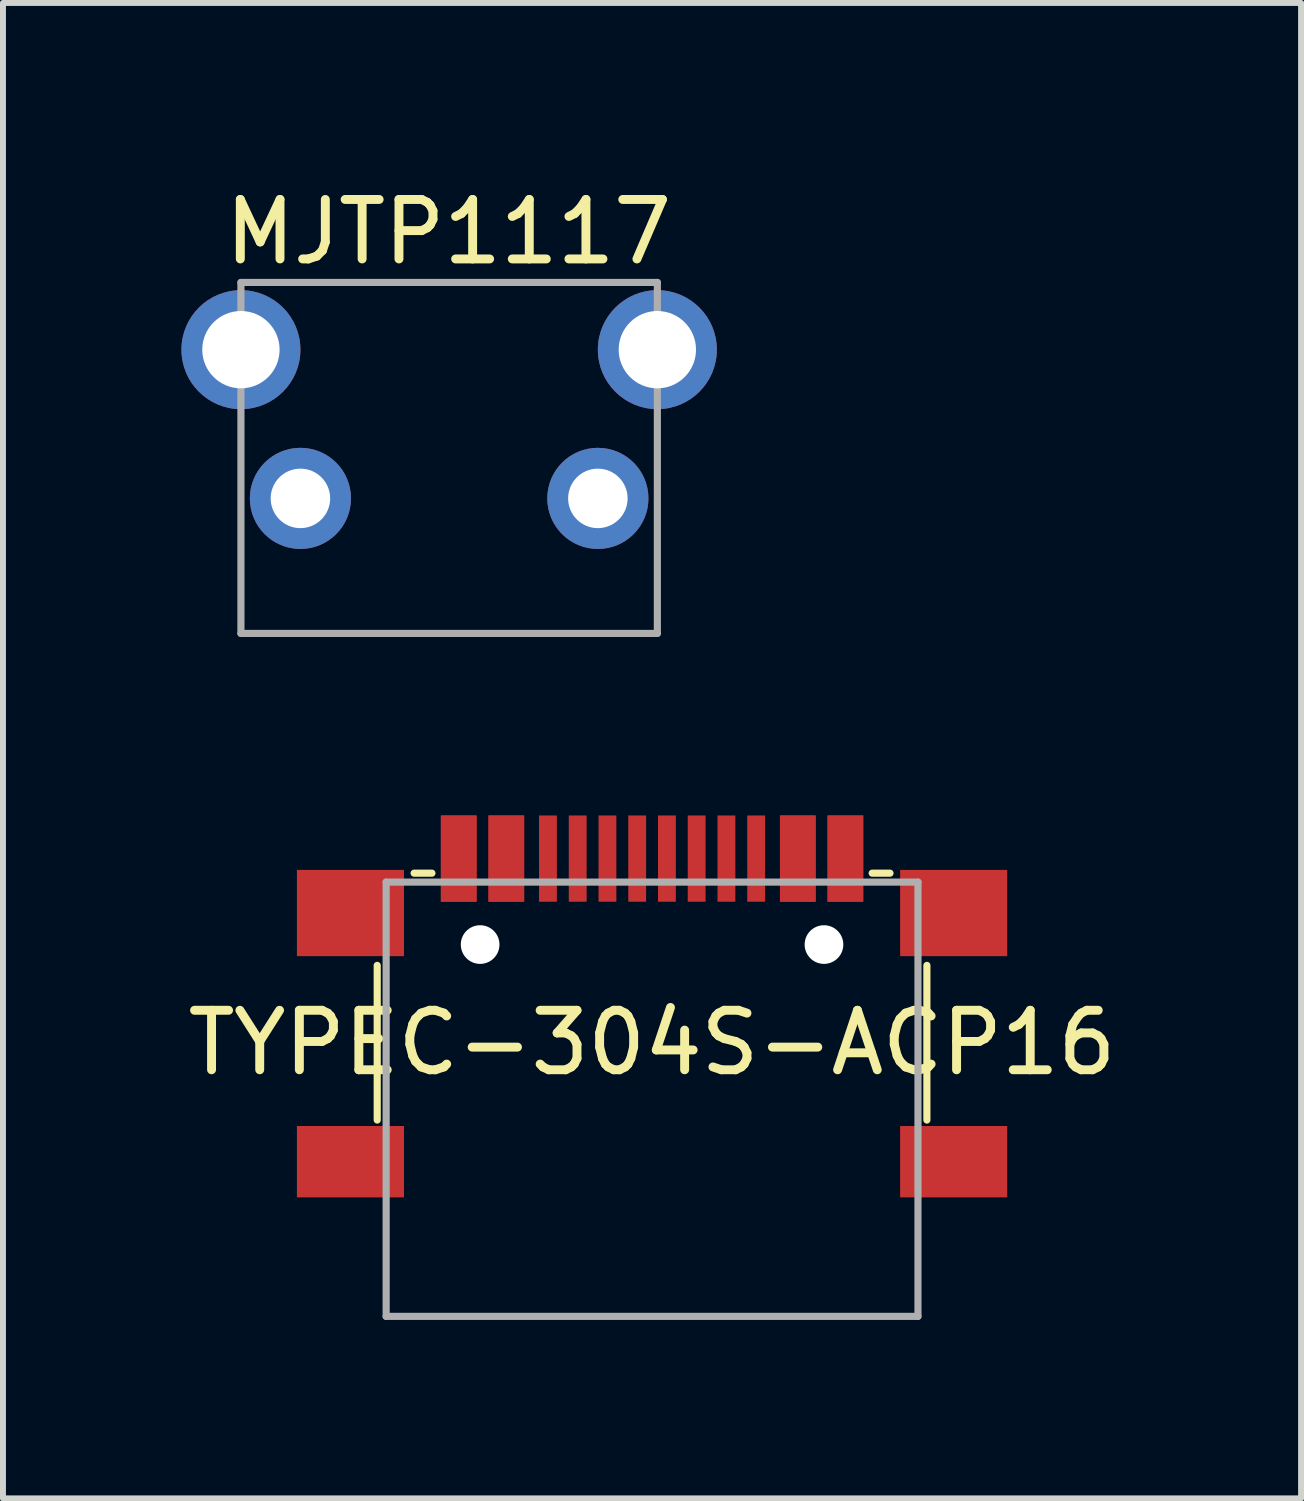
<source format=kicad_pcb>
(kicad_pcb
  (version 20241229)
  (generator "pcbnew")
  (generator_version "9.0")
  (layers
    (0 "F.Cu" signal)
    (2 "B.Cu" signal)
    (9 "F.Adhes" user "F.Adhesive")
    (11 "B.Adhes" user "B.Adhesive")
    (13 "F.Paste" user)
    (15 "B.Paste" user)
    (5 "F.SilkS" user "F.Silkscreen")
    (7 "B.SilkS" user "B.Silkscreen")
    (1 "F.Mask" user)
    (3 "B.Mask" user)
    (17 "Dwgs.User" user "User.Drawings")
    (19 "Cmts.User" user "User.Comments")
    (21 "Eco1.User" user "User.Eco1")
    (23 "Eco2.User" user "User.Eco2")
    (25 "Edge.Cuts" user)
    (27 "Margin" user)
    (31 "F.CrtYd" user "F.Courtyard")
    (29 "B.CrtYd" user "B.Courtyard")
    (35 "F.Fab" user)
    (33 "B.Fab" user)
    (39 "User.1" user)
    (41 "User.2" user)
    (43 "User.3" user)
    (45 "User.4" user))
  (footprint "MJTP1117"
    (layer "F.Cu")
    (at 4.5 4.328)
    (property "Reference" "MJTP1117" (at -0.01 -3.48 0) (layer "F.SilkS") (effects (font (size 1 1) (thickness 0.15))))
    (attr through_hole)
    (fp_line (start -3.5 -2.63) (end -3.5 3.27) (stroke (width 0.12) (type solid)) (layer "F.Fab"))
    (fp_line (start -3.5 3.27) (end 3.5 3.27) (stroke (width 0.12) (type solid)) (layer "F.Fab"))
    (fp_line (start 3.5 -2.63) (end -3.5 -2.63) (stroke (width 0.12) (type solid)) (layer "F.Fab"))
    (fp_line (start 3.5 3.27) (end 3.5 -2.63) (stroke (width 0.12) (type solid)) (layer "F.Fab"))
    (pad "" thru_hole circle (at -3.5 -1.5) (size 2 2) (drill 1.3) (layers "*.Cu" "*.Mask"))
    (pad "" thru_hole circle (at 3.5 -1.5) (size 2 2) (drill 1.3) (layers "*.Cu" "*.Mask"))
    (pad "1" thru_hole circle (at -2.5 1) (size 1.7 1.7) (drill 1) (layers "*.Cu" "*.Mask"))
    (pad "2" thru_hole circle (at 2.5 1) (size 1.7 1.7) (drill 1) (layers "*.Cu" "*.Mask")))
  (footprint "TYPEC-304S-ACP16"
    (layer "F.Cu")
    (at 7.911 15.068)
    (property "Reference" "TYPEC-304S-ACP16" (at 0 -0.59 0) (layer "F.SilkS") (effects (font (size 1 1) (thickness 0.15))))
    (attr through_hole)
    (fp_line (start -4.62 -1.89) (end -4.62 0.71) (stroke (width 0.12) (type solid)) (layer "F.SilkS"))
    (fp_line (start -4 -3.44) (end -3.7 -3.44) (stroke (width 0.12) (type solid)) (layer "F.SilkS"))
    (fp_line (start 3.7 -3.44) (end 4 -3.44) (stroke (width 0.12) (type solid)) (layer "F.SilkS"))
    (fp_line (start 4.62 -1.89) (end 4.62 0.71) (stroke (width 0.12) (type solid)) (layer "F.SilkS"))
    (fp_line (start -4.47 -3.29) (end -4.47 4.01) (stroke (width 0.12) (type solid)) (layer "F.Fab"))
    (fp_line (start -4.47 4.01) (end 4.47 4.01) (stroke (width 0.12) (type solid)) (layer "F.Fab"))
    (fp_line (start 4.47 -3.29) (end -4.47 -3.29) (stroke (width 0.12) (type solid)) (layer "F.Fab"))
    (fp_line (start 4.47 4.01) (end 4.47 -3.29) (stroke (width 0.12) (type solid)) (layer "F.Fab"))
    (pad "" np_thru_hole circle (at -2.89 -2.24) (size 0.65 0.65) (drill 0.65) (layers "*.Cu" "*.Mask"))
    (pad "" np_thru_hole circle (at 2.89 -2.24) (size 0.65 0.65) (drill 0.65) (layers "*.Cu" "*.Mask"))
    (pad "A1" smd rect (at -3.25 -3.685) (size 0.6 1.45) (layers "F.Cu" "F.Mask" "F.Paste"))
    (pad "A4" smd rect (at -2.45 -3.685) (size 0.6 1.45) (layers "F.Cu" "F.Mask" "F.Paste"))
    (pad "A5" smd rect (at -1.25 -3.685) (size 0.3 1.45) (layers "F.Cu" "F.Mask" "F.Paste"))
    (pad "A6" smd rect (at -0.25 -3.685) (size 0.3 1.45) (layers "F.Cu" "F.Mask" "F.Paste"))
    (pad "A7" smd rect (at 0.25 -3.685) (size 0.3 1.45) (layers "F.Cu" "F.Mask" "F.Paste"))
    (pad "A8" smd rect (at 1.25 -3.685) (size 0.3 1.45) (layers "F.Cu" "F.Mask" "F.Paste"))
    (pad "A9" smd rect (at 2.45 -3.685) (size 0.6 1.45) (layers "F.Cu" "F.Mask" "F.Paste"))
    (pad "A12" smd rect (at 3.25 -3.685) (size 0.6 1.45) (layers "F.Cu" "F.Mask" "F.Paste"))
    (pad "B1" smd rect (at 3.25 -3.685) (size 0.6 1.45) (layers "F.Cu" "F.Mask" "F.Paste"))
    (pad "B4" smd rect (at 2.45 -3.685) (size 0.6 1.45) (layers "F.Cu" "F.Mask" "F.Paste"))
    (pad "B5" smd rect (at 1.75 -3.685) (size 0.3 1.45) (layers "F.Cu" "F.Mask" "F.Paste"))
    (pad "B6" smd rect (at 0.75 -3.685) (size 0.3 1.45) (layers "F.Cu" "F.Mask" "F.Paste"))
    (pad "B7" smd rect (at -0.75 -3.685) (size 0.3 1.45) (layers "F.Cu" "F.Mask" "F.Paste"))
    (pad "B8" smd rect (at -1.75 -3.685) (size 0.3 1.45) (layers "F.Cu" "F.Mask" "F.Paste"))
    (pad "B9" smd rect (at -2.45 -3.685) (size 0.6 1.45) (layers "F.Cu" "F.Mask" "F.Paste"))
    (pad "B12" smd rect (at -3.25 -3.685) (size 0.6 1.45) (layers "F.Cu" "F.Mask" "F.Paste"))
    (pad "S1" smd rect (at -5.07 -2.77) (size 1.8 1.45) (layers "F.Cu" "F.Mask" "F.Paste"))
    (pad "S1" smd rect (at -5.07 1.41) (size 1.8 1.2) (layers "F.Cu" "F.Mask" "F.Paste"))
    (pad "S1" smd rect (at 5.07 -2.77) (size 1.8 1.45) (layers "F.Cu" "F.Mask" "F.Paste"))
    (pad "S1" smd rect (at 5.07 1.41) (size 1.8 1.2) (layers "F.Cu" "F.Mask" "F.Paste")))
  (gr_rect
    (start -3 -3)
    (end 18.821 22.138)
    (stroke (width 0.1) (type default))
    (fill no)
    (layer "Edge.Cuts")))
</source>
